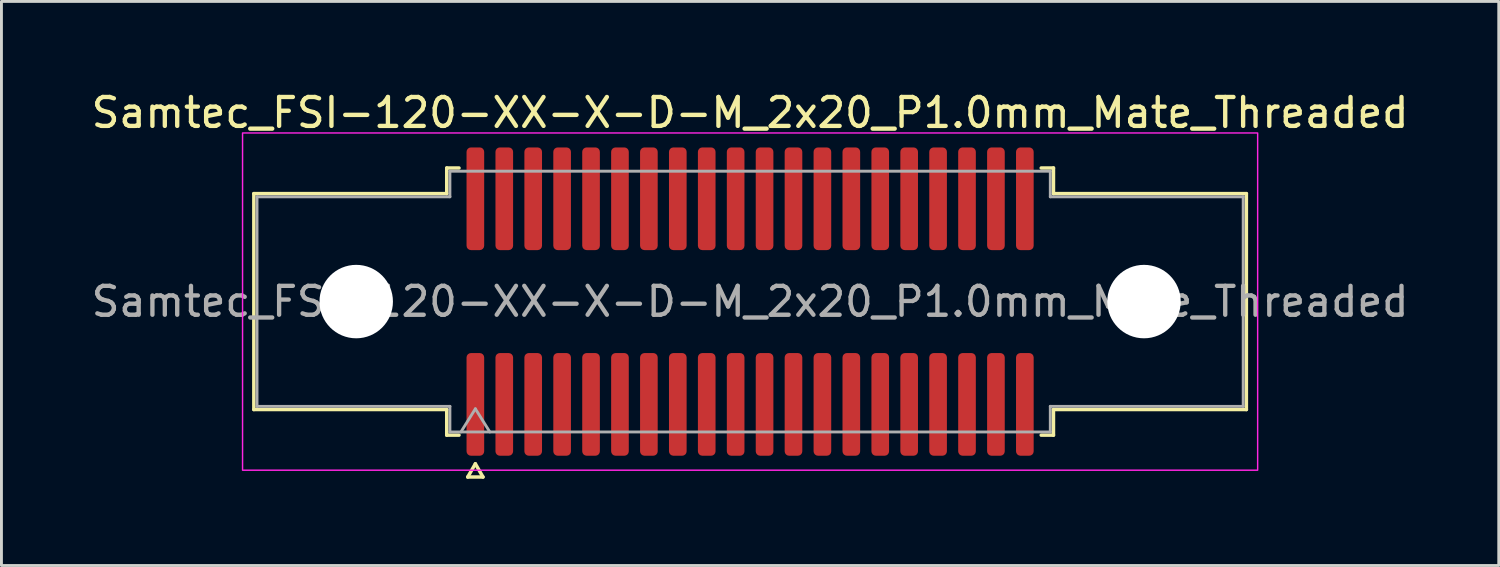
<source format=kicad_pcb>
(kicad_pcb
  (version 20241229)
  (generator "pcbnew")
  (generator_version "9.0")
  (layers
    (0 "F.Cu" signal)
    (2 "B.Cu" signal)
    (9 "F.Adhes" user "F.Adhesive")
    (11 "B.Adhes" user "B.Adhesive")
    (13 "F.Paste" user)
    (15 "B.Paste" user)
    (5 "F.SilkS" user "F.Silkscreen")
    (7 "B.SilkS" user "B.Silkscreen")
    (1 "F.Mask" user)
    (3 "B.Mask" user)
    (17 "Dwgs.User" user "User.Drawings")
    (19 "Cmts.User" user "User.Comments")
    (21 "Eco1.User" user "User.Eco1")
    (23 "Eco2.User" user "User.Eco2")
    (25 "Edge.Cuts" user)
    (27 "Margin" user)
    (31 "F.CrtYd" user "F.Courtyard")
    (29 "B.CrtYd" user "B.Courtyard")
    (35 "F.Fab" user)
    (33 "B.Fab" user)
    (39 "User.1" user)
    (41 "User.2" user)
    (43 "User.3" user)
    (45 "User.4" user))
  (footprint "Samtec_FSI-120-XX-X-D-M_2x20_P1.0mm_Mate_Threaded"
    (layer "F.Cu")
    (at 22.887 7.378)
    (property "Reference" "Samtec_FSI-120-XX-X-D-M_2x20_P1.0mm_Mate_Threaded" (at 0 -6.53 0) (layer "F.SilkS") (effects (font (size 1 1) (thickness 0.15))))
    (attr exclude_from_pos_files exclude_from_bom)
    (fp_line (start -17.16 -3.733) (end -10.49 -3.733) (stroke (width 0.12) (type solid)) (layer "F.SilkS"))
    (fp_line (start -17.16 3.733) (end -17.16 -3.733) (stroke (width 0.12) (type solid)) (layer "F.SilkS"))
    (fp_line (start -10.49 -4.619) (end -10.065 -4.619) (stroke (width 0.12) (type solid)) (layer "F.SilkS"))
    (fp_line (start -10.49 -3.733) (end -10.49 -4.619) (stroke (width 0.12) (type solid)) (layer "F.SilkS"))
    (fp_line (start -10.49 3.733) (end -17.16 3.733) (stroke (width 0.12) (type solid)) (layer "F.SilkS"))
    (fp_line (start -10.49 4.619) (end -10.49 3.733) (stroke (width 0.12) (type solid)) (layer "F.SilkS"))
    (fp_line (start -10.065 4.619) (end -10.49 4.619) (stroke (width 0.12) (type solid)) (layer "F.SilkS"))
    (fp_line (start -9.764 6.066) (end -9.5 5.609) (stroke (width 0.12) (type solid)) (layer "F.SilkS"))
    (fp_line (start -9.5 5.609) (end -9.236 6.066) (stroke (width 0.12) (type solid)) (layer "F.SilkS"))
    (fp_line (start -9.236 6.066) (end -9.764 6.066) (stroke (width 0.12) (type solid)) (layer "F.SilkS"))
    (fp_line (start 10.065 -4.619) (end 10.49 -4.619) (stroke (width 0.12) (type solid)) (layer "F.SilkS"))
    (fp_line (start 10.49 -4.619) (end 10.49 -3.733) (stroke (width 0.12) (type solid)) (layer "F.SilkS"))
    (fp_line (start 10.49 -3.733) (end 17.16 -3.733) (stroke (width 0.12) (type solid)) (layer "F.SilkS"))
    (fp_line (start 10.49 3.733) (end 10.49 4.619) (stroke (width 0.12) (type solid)) (layer "F.SilkS"))
    (fp_line (start 10.49 4.619) (end 10.065 4.619) (stroke (width 0.12) (type solid)) (layer "F.SilkS"))
    (fp_line (start 17.16 -3.733) (end 17.16 3.733) (stroke (width 0.12) (type solid)) (layer "F.SilkS"))
    (fp_line (start 17.16 3.733) (end 10.49 3.733) (stroke (width 0.12) (type solid)) (layer "F.SilkS"))
    (fp_rect (start -17.55 -5.83) (end 17.55 5.83) (stroke (width 0.05) (type solid)) (fill no) (layer "F.CrtYd"))
    (fp_line (start -17.05 -3.623) (end -10.38 -3.623) (stroke (width 0.1) (type solid)) (layer "F.Fab"))
    (fp_line (start -17.05 3.623) (end -17.05 -3.623) (stroke (width 0.1) (type solid)) (layer "F.Fab"))
    (fp_line (start -10.38 -4.508) (end 10.38 -4.508) (stroke (width 0.1) (type solid)) (layer "F.Fab"))
    (fp_line (start -10.38 -3.623) (end -10.38 -4.508) (stroke (width 0.1) (type solid)) (layer "F.Fab"))
    (fp_line (start -10.38 3.623) (end -17.05 3.623) (stroke (width 0.1) (type solid)) (layer "F.Fab"))
    (fp_line (start -10.38 4.508) (end -10.38 3.623) (stroke (width 0.1) (type solid)) (layer "F.Fab"))
    (fp_line (start -10 4.508) (end -9.5 3.708) (stroke (width 0.1) (type solid)) (layer "F.Fab"))
    (fp_line (start -9.5 3.708) (end -9 4.508) (stroke (width 0.1) (type solid)) (layer "F.Fab"))
    (fp_line (start 10.38 -4.508) (end 10.38 -3.623) (stroke (width 0.1) (type solid)) (layer "F.Fab"))
    (fp_line (start 10.38 -3.623) (end 17.05 -3.623) (stroke (width 0.1) (type solid)) (layer "F.Fab"))
    (fp_line (start 10.38 3.623) (end 10.38 4.508) (stroke (width 0.1) (type solid)) (layer "F.Fab"))
    (fp_line (start 10.38 4.508) (end -10.38 4.508) (stroke (width 0.1) (type solid)) (layer "F.Fab"))
    (fp_line (start 17.05 -3.623) (end 17.05 3.623) (stroke (width 0.1) (type solid)) (layer "F.Fab"))
    (fp_line (start 17.05 3.623) (end 10.38 3.623) (stroke (width 0.1) (type solid)) (layer "F.Fab"))
    (fp_text user "${REFERENCE}" (at 0 0 0) (layer "F.Fab") (effects (font (size 1 1) (thickness 0.15))))
    (pad "" np_thru_hole circle (at -13.62 0) (size 2.54 2.54) (drill 2.54) (layers "*.Cu" "*.Mask"))
    (pad "" np_thru_hole circle (at 13.62 0) (size 2.54 2.54) (drill 2.54) (layers "*.Cu" "*.Mask"))
    (pad "1" smd roundrect (at -9.5 3.555) (size 0.61 3.55) (layers "F.Cu" "F.Mask") (roundrect_rratio 0.25))
    (pad "2" smd roundrect (at -9.5 -3.555) (size 0.61 3.55) (layers "F.Cu" "F.Mask") (roundrect_rratio 0.25))
    (pad "3" smd roundrect (at -8.5 3.555) (size 0.61 3.55) (layers "F.Cu" "F.Mask") (roundrect_rratio 0.25))
    (pad "4" smd roundrect (at -8.5 -3.555) (size 0.61 3.55) (layers "F.Cu" "F.Mask") (roundrect_rratio 0.25))
    (pad "5" smd roundrect (at -7.5 3.555) (size 0.61 3.55) (layers "F.Cu" "F.Mask") (roundrect_rratio 0.25))
    (pad "6" smd roundrect (at -7.5 -3.555) (size 0.61 3.55) (layers "F.Cu" "F.Mask") (roundrect_rratio 0.25))
    (pad "7" smd roundrect (at -6.5 3.555) (size 0.61 3.55) (layers "F.Cu" "F.Mask") (roundrect_rratio 0.25))
    (pad "8" smd roundrect (at -6.5 -3.555) (size 0.61 3.55) (layers "F.Cu" "F.Mask") (roundrect_rratio 0.25))
    (pad "9" smd roundrect (at -5.5 3.555) (size 0.61 3.55) (layers "F.Cu" "F.Mask") (roundrect_rratio 0.25))
    (pad "10" smd roundrect (at -5.5 -3.555) (size 0.61 3.55) (layers "F.Cu" "F.Mask") (roundrect_rratio 0.25))
    (pad "11" smd roundrect (at -4.5 3.555) (size 0.61 3.55) (layers "F.Cu" "F.Mask") (roundrect_rratio 0.25))
    (pad "12" smd roundrect (at -4.5 -3.555) (size 0.61 3.55) (layers "F.Cu" "F.Mask") (roundrect_rratio 0.25))
    (pad "13" smd roundrect (at -3.5 3.555) (size 0.61 3.55) (layers "F.Cu" "F.Mask") (roundrect_rratio 0.25))
    (pad "14" smd roundrect (at -3.5 -3.555) (size 0.61 3.55) (layers "F.Cu" "F.Mask") (roundrect_rratio 0.25))
    (pad "15" smd roundrect (at -2.5 3.555) (size 0.61 3.55) (layers "F.Cu" "F.Mask") (roundrect_rratio 0.25))
    (pad "16" smd roundrect (at -2.5 -3.555) (size 0.61 3.55) (layers "F.Cu" "F.Mask") (roundrect_rratio 0.25))
    (pad "17" smd roundrect (at -1.5 3.555) (size 0.61 3.55) (layers "F.Cu" "F.Mask") (roundrect_rratio 0.25))
    (pad "18" smd roundrect (at -1.5 -3.555) (size 0.61 3.55) (layers "F.Cu" "F.Mask") (roundrect_rratio 0.25))
    (pad "19" smd roundrect (at -0.5 3.555) (size 0.61 3.55) (layers "F.Cu" "F.Mask") (roundrect_rratio 0.25))
    (pad "20" smd roundrect (at -0.5 -3.555) (size 0.61 3.55) (layers "F.Cu" "F.Mask") (roundrect_rratio 0.25))
    (pad "21" smd roundrect (at 0.5 3.555) (size 0.61 3.55) (layers "F.Cu" "F.Mask") (roundrect_rratio 0.25))
    (pad "22" smd roundrect (at 0.5 -3.555) (size 0.61 3.55) (layers "F.Cu" "F.Mask") (roundrect_rratio 0.25))
    (pad "23" smd roundrect (at 1.5 3.555) (size 0.61 3.55) (layers "F.Cu" "F.Mask") (roundrect_rratio 0.25))
    (pad "24" smd roundrect (at 1.5 -3.555) (size 0.61 3.55) (layers "F.Cu" "F.Mask") (roundrect_rratio 0.25))
    (pad "25" smd roundrect (at 2.5 3.555) (size 0.61 3.55) (layers "F.Cu" "F.Mask") (roundrect_rratio 0.25))
    (pad "26" smd roundrect (at 2.5 -3.555) (size 0.61 3.55) (layers "F.Cu" "F.Mask") (roundrect_rratio 0.25))
    (pad "27" smd roundrect (at 3.5 3.555) (size 0.61 3.55) (layers "F.Cu" "F.Mask") (roundrect_rratio 0.25))
    (pad "28" smd roundrect (at 3.5 -3.555) (size 0.61 3.55) (layers "F.Cu" "F.Mask") (roundrect_rratio 0.25))
    (pad "29" smd roundrect (at 4.5 3.555) (size 0.61 3.55) (layers "F.Cu" "F.Mask") (roundrect_rratio 0.25))
    (pad "30" smd roundrect (at 4.5 -3.555) (size 0.61 3.55) (layers "F.Cu" "F.Mask") (roundrect_rratio 0.25))
    (pad "31" smd roundrect (at 5.5 3.555) (size 0.61 3.55) (layers "F.Cu" "F.Mask") (roundrect_rratio 0.25))
    (pad "32" smd roundrect (at 5.5 -3.555) (size 0.61 3.55) (layers "F.Cu" "F.Mask") (roundrect_rratio 0.25))
    (pad "33" smd roundrect (at 6.5 3.555) (size 0.61 3.55) (layers "F.Cu" "F.Mask") (roundrect_rratio 0.25))
    (pad "34" smd roundrect (at 6.5 -3.555) (size 0.61 3.55) (layers "F.Cu" "F.Mask") (roundrect_rratio 0.25))
    (pad "35" smd roundrect (at 7.5 3.555) (size 0.61 3.55) (layers "F.Cu" "F.Mask") (roundrect_rratio 0.25))
    (pad "36" smd roundrect (at 7.5 -3.555) (size 0.61 3.55) (layers "F.Cu" "F.Mask") (roundrect_rratio 0.25))
    (pad "37" smd roundrect (at 8.5 3.555) (size 0.61 3.55) (layers "F.Cu" "F.Mask") (roundrect_rratio 0.25))
    (pad "38" smd roundrect (at 8.5 -3.555) (size 0.61 3.55) (layers "F.Cu" "F.Mask") (roundrect_rratio 0.25))
    (pad "39" smd roundrect (at 9.5 3.555) (size 0.61 3.55) (layers "F.Cu" "F.Mask") (roundrect_rratio 0.25))
    (pad "40" smd roundrect (at 9.5 -3.555) (size 0.61 3.55) (layers "F.Cu" "F.Mask") (roundrect_rratio 0.25)))
  (gr_rect
    (start -3 -3)
    (end 48.774 16.504)
    (stroke (width 0.1) (type default))
    (fill no)
    (layer "Edge.Cuts")))
</source>
